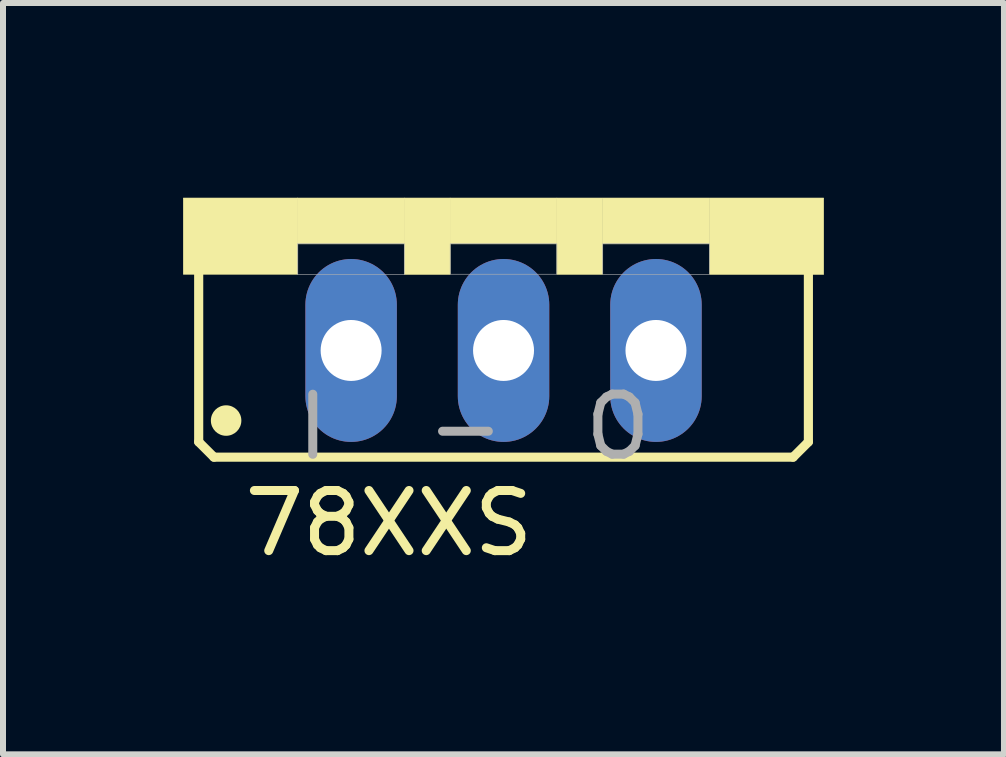
<source format=kicad_pcb>
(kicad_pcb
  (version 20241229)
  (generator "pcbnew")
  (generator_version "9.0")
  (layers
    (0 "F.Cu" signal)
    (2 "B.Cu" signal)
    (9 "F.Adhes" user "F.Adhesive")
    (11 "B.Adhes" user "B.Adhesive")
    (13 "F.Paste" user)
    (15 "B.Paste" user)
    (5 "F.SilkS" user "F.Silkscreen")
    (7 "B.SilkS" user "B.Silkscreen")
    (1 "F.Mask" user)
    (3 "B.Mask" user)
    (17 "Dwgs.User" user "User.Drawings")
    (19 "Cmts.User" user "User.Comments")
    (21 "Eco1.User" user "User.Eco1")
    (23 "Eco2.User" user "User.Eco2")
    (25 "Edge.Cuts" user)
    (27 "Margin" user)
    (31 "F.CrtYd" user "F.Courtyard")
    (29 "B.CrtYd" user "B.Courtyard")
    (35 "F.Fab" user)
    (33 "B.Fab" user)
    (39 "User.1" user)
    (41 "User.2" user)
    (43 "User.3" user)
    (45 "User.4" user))
  (footprint "78XXS"
    (layer "F.Cu")
    (at 5.341 0.25)
    (property "Reference" "78XXS" (at -1.909 5.42 0) (layer "F.SilkS") (effects (font (size 1.002 1.002) (thickness 0.15))))
    (attr through_hole)
    (fp_line (start -5.08 4.064) (end -5.08 1.143) (stroke (width 0.152) (type solid)) (layer "F.SilkS"))
    (fp_line (start -5.08 4.064) (end -4.826 4.318) (stroke (width 0.152) (type solid)) (layer "F.SilkS"))
    (fp_line (start 4.826 4.318) (end -4.826 4.318) (stroke (width 0.152) (type solid)) (layer "F.SilkS"))
    (fp_line (start 4.826 4.318) (end 5.08 4.064) (stroke (width 0.152) (type solid)) (layer "F.SilkS"))
    (fp_line (start 5.08 1.143) (end 5.08 4.064) (stroke (width 0.152) (type solid)) (layer "F.SilkS"))
    (fp_circle (center -4.623 3.708) (end -4.369 3.708) (stroke (width 0) (type solid)) (fill yes) (layer "F.SilkS"))
    (fp_poly (pts (xy -5.336 0) (xy -3.429 0) (xy -3.429 1.27) (xy -5.336 1.27)) (stroke (width 0.01) (type solid)) (fill yes) (layer "F.SilkS"))
    (fp_poly (pts (xy -3.434 0) (xy -1.651 0) (xy -1.651 0.763) (xy -3.434 0.763)) (stroke (width 0.01) (type solid)) (fill yes) (layer "F.SilkS"))
    (fp_poly (pts (xy -1.654 0) (xy -0.889 0) (xy -0.889 1.272) (xy -1.654 1.272)) (stroke (width 0.01) (type solid)) (fill yes) (layer "F.SilkS"))
    (fp_poly (pts (xy -0.891 0) (xy 0.889 0) (xy 0.889 0.763) (xy -0.891 0.763)) (stroke (width 0.01) (type solid)) (fill yes) (layer "F.SilkS"))
    (fp_poly (pts (xy 0.889 0) (xy 1.651 0) (xy 1.651 1.271) (xy 0.889 1.271)) (stroke (width 0.01) (type solid)) (fill yes) (layer "F.SilkS"))
    (fp_poly (pts (xy 1.654 0) (xy 3.429 0) (xy 3.429 0.763) (xy 1.654 0.763)) (stroke (width 0.01) (type solid)) (fill yes) (layer "F.SilkS"))
    (fp_poly (pts (xy 3.433 0) (xy 5.334 0) (xy 5.334 1.272) (xy 3.433 1.272)) (stroke (width 0.01) (type solid)) (fill yes) (layer "F.SilkS"))
    (fp_poly (pts (xy -3.436 0.762) (xy -1.651 0.762) (xy -1.651 1.273) (xy -3.436 1.273)) (stroke (width 0.01) (type solid)) (fill no) (layer "F.Fab"))
    (fp_poly (pts (xy -0.889 0.762) (xy 0.889 0.762) (xy 0.889 1.27) (xy -0.889 1.27)) (stroke (width 0.01) (type solid)) (fill no) (layer "F.Fab"))
    (fp_poly (pts (xy 1.653 0.762) (xy 3.429 0.762) (xy 3.429 1.271) (xy 1.653 1.271)) (stroke (width 0.01) (type solid)) (fill no) (layer "F.Fab"))
    (fp_text user "-" (at -0.635 3.812 0) (layer "F.Fab") (effects (font (size 1.001 1.001) (thickness 0.15))))
    (fp_text user "O" (at 1.906 3.813 0) (layer "F.Fab") (effects (font (size 1.001 1.001) (thickness 0.15))))
    (fp_text user "I" (at -3.179 3.815 0) (layer "F.Fab") (effects (font (size 1.001 1.001) (thickness 0.15))))
    (pad "GND" thru_hole oval (at 0 2.54) (size 1.524 3.048) (drill 1.016) (layers "*.Cu" "*.Mask"))
    (pad "IN" thru_hole oval (at -2.54 2.54) (size 1.524 3.048) (drill 1.016) (layers "*.Cu" "*.Mask"))
    (pad "OUT" thru_hole oval (at 2.54 2.54) (size 1.524 3.048) (drill 1.016) (layers "*.Cu" "*.Mask")))
  (gr_rect
    (start -3 -3)
    (end 13.68 9.52)
    (stroke (width 0.1) (type default))
    (fill no)
    (layer "Edge.Cuts")))
</source>
